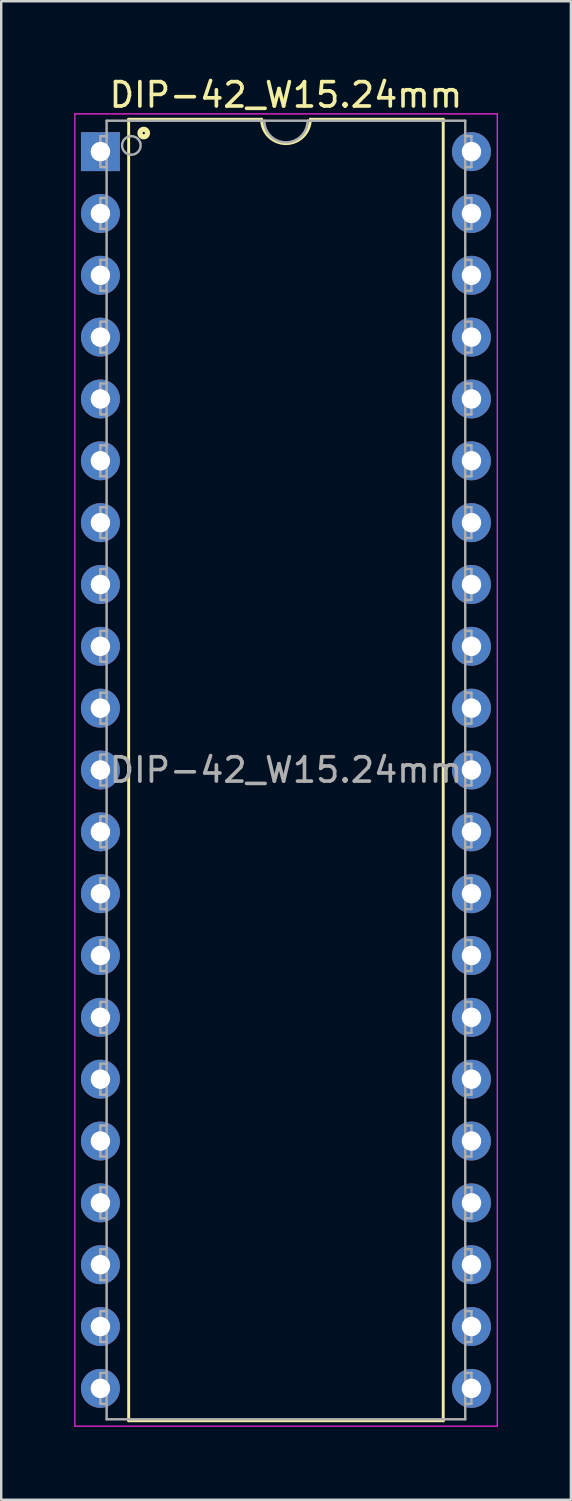
<source format=kicad_pcb>
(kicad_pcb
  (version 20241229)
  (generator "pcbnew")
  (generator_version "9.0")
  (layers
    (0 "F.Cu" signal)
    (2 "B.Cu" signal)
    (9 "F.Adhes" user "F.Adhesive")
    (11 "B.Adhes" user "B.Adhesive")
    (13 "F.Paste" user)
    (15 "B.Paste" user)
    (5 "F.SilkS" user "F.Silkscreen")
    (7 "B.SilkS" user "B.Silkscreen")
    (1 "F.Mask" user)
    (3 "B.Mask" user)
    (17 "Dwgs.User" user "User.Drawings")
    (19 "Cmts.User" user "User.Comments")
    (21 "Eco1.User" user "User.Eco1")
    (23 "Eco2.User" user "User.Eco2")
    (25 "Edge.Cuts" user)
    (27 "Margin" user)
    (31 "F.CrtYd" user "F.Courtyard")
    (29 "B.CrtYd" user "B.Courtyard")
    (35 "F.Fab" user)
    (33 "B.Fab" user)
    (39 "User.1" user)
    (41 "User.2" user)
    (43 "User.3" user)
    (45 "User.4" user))
  (footprint "DIP-42_W15.24mm"
    (layer "F.Cu")
    (at 1.075 3.178)
    (property "Reference" "DIP-42_W15.24mm" (at 7.62 -2.33 0) (layer "F.SilkS") (effects (font (size 1 1) (thickness 0.15))))
    (attr through_hole)
    (fp_line (start 1.16 -1.33) (end 1.16 52.13) (stroke (width 0.12) (type solid)) (layer "F.SilkS"))
    (fp_line (start 1.16 52.13) (end 14.08 52.13) (stroke (width 0.12) (type solid)) (layer "F.SilkS"))
    (fp_line (start 6.62 -1.33) (end 1.16 -1.33) (stroke (width 0.12) (type solid)) (layer "F.SilkS"))
    (fp_line (start 14.08 -1.33) (end 8.62 -1.33) (stroke (width 0.12) (type solid)) (layer "F.SilkS"))
    (fp_line (start 14.08 52.13) (end 14.08 -1.33) (stroke (width 0.12) (type solid)) (layer "F.SilkS"))
    (fp_arc (start 8.62 -1.33) (mid 7.62 -0.33) (end 6.62 -1.33) (stroke (width 0.12) (type solid)) (layer "F.SilkS"))
    (fp_circle (center 1.778 -0.762) (end 1.828 -0.762) (stroke (width 0.12) (type solid)) (fill no) (layer "F.SilkS"))
    (fp_circle (center 1.778 -0.762) (end 1.903 -0.762) (stroke (width 0.12) (type solid)) (fill no) (layer "F.SilkS"))
    (fp_circle (center 1.778 -0.762) (end 1.978 -0.762) (stroke (width 0.12) (type solid)) (fill no) (layer "F.SilkS"))
    (fp_line (start -1.05 -1.55) (end -1.05 52.35) (stroke (width 0.05) (type solid)) (layer "F.CrtYd"))
    (fp_line (start -1.05 52.35) (end 16.3 52.35) (stroke (width 0.05) (type solid)) (layer "F.CrtYd"))
    (fp_line (start 16.3 -1.55) (end -1.05 -1.55) (stroke (width 0.05) (type solid)) (layer "F.CrtYd"))
    (fp_line (start 16.3 52.35) (end 16.3 -1.55) (stroke (width 0.05) (type solid)) (layer "F.CrtYd"))
    (fp_line (start 0 -0.635) (end 0 0.635) (stroke (width 0.1) (type solid)) (layer "F.Fab"))
    (fp_line (start 0 -0.635) (end 0.254 -0.635) (stroke (width 0.1) (type solid)) (layer "F.Fab"))
    (fp_line (start 0 0.635) (end 0.254 0.635) (stroke (width 0.1) (type solid)) (layer "F.Fab"))
    (fp_line (start 0 1.905) (end 0 3.175) (stroke (width 0.1) (type solid)) (layer "F.Fab"))
    (fp_line (start 0 1.905) (end 0.254 1.905) (stroke (width 0.1) (type solid)) (layer "F.Fab"))
    (fp_line (start 0 3.175) (end 0.254 3.175) (stroke (width 0.1) (type solid)) (layer "F.Fab"))
    (fp_line (start 0 4.445) (end 0 5.715) (stroke (width 0.1) (type solid)) (layer "F.Fab"))
    (fp_line (start 0 4.445) (end 0.254 4.445) (stroke (width 0.1) (type solid)) (layer "F.Fab"))
    (fp_line (start 0 5.715) (end 0.254 5.715) (stroke (width 0.1) (type solid)) (layer "F.Fab"))
    (fp_line (start 0 6.985) (end 0 8.255) (stroke (width 0.1) (type solid)) (layer "F.Fab"))
    (fp_line (start 0 6.985) (end 0.254 6.985) (stroke (width 0.1) (type solid)) (layer "F.Fab"))
    (fp_line (start 0 8.255) (end 0.254 8.255) (stroke (width 0.1) (type solid)) (layer "F.Fab"))
    (fp_line (start 0 9.525) (end 0 10.795) (stroke (width 0.1) (type solid)) (layer "F.Fab"))
    (fp_line (start 0 9.525) (end 0.254 9.525) (stroke (width 0.1) (type solid)) (layer "F.Fab"))
    (fp_line (start 0 10.795) (end 0.254 10.795) (stroke (width 0.1) (type solid)) (layer "F.Fab"))
    (fp_line (start 0 12.065) (end 0 13.335) (stroke (width 0.1) (type solid)) (layer "F.Fab"))
    (fp_line (start 0 12.065) (end 0.254 12.065) (stroke (width 0.1) (type solid)) (layer "F.Fab"))
    (fp_line (start 0 13.335) (end 0.254 13.335) (stroke (width 0.1) (type solid)) (layer "F.Fab"))
    (fp_line (start 0 14.605) (end 0 15.875) (stroke (width 0.1) (type solid)) (layer "F.Fab"))
    (fp_line (start 0 14.605) (end 0.254 14.605) (stroke (width 0.1) (type solid)) (layer "F.Fab"))
    (fp_line (start 0 15.875) (end 0.254 15.875) (stroke (width 0.1) (type solid)) (layer "F.Fab"))
    (fp_line (start 0 17.145) (end 0 18.415) (stroke (width 0.1) (type solid)) (layer "F.Fab"))
    (fp_line (start 0 17.145) (end 0.254 17.145) (stroke (width 0.1) (type solid)) (layer "F.Fab"))
    (fp_line (start 0 18.415) (end 0.254 18.415) (stroke (width 0.1) (type solid)) (layer "F.Fab"))
    (fp_line (start 0 19.685) (end 0 20.955) (stroke (width 0.1) (type solid)) (layer "F.Fab"))
    (fp_line (start 0 19.685) (end 0.254 19.685) (stroke (width 0.1) (type solid)) (layer "F.Fab"))
    (fp_line (start 0 20.955) (end 0.254 20.955) (stroke (width 0.1) (type solid)) (layer "F.Fab"))
    (fp_line (start 0 22.225) (end 0 23.495) (stroke (width 0.1) (type solid)) (layer "F.Fab"))
    (fp_line (start 0 22.225) (end 0.254 22.225) (stroke (width 0.1) (type solid)) (layer "F.Fab"))
    (fp_line (start 0 23.495) (end 0.254 23.495) (stroke (width 0.1) (type solid)) (layer "F.Fab"))
    (fp_line (start 0 24.765) (end 0 26.035) (stroke (width 0.1) (type solid)) (layer "F.Fab"))
    (fp_line (start 0 24.765) (end 0.254 24.765) (stroke (width 0.1) (type solid)) (layer "F.Fab"))
    (fp_line (start 0 26.035) (end 0.254 26.035) (stroke (width 0.1) (type solid)) (layer "F.Fab"))
    (fp_line (start 0 27.305) (end 0 28.575) (stroke (width 0.1) (type solid)) (layer "F.Fab"))
    (fp_line (start 0 27.305) (end 0.254 27.305) (stroke (width 0.1) (type solid)) (layer "F.Fab"))
    (fp_line (start 0 28.575) (end 0.254 28.575) (stroke (width 0.1) (type solid)) (layer "F.Fab"))
    (fp_line (start 0 29.845) (end 0 31.115) (stroke (width 0.1) (type solid)) (layer "F.Fab"))
    (fp_line (start 0 29.845) (end 0.254 29.845) (stroke (width 0.1) (type solid)) (layer "F.Fab"))
    (fp_line (start 0 31.115) (end 0.254 31.115) (stroke (width 0.1) (type solid)) (layer "F.Fab"))
    (fp_line (start 0 32.385) (end 0 33.655) (stroke (width 0.1) (type solid)) (layer "F.Fab"))
    (fp_line (start 0 32.385) (end 0.254 32.385) (stroke (width 0.1) (type solid)) (layer "F.Fab"))
    (fp_line (start 0 33.655) (end 0.254 33.655) (stroke (width 0.1) (type solid)) (layer "F.Fab"))
    (fp_line (start 0 34.925) (end 0 36.195) (stroke (width 0.1) (type solid)) (layer "F.Fab"))
    (fp_line (start 0 34.925) (end 0.254 34.925) (stroke (width 0.1) (type solid)) (layer "F.Fab"))
    (fp_line (start 0 36.195) (end 0.254 36.195) (stroke (width 0.1) (type solid)) (layer "F.Fab"))
    (fp_line (start 0 37.465) (end 0 38.735) (stroke (width 0.1) (type solid)) (layer "F.Fab"))
    (fp_line (start 0 37.465) (end 0.254 37.465) (stroke (width 0.1) (type solid)) (layer "F.Fab"))
    (fp_line (start 0 38.735) (end 0.254 38.735) (stroke (width 0.1) (type solid)) (layer "F.Fab"))
    (fp_line (start 0 40.005) (end 0 41.275) (stroke (width 0.1) (type solid)) (layer "F.Fab"))
    (fp_line (start 0 40.005) (end 0.254 40.005) (stroke (width 0.1) (type solid)) (layer "F.Fab"))
    (fp_line (start 0 41.275) (end 0.254 41.275) (stroke (width 0.1) (type solid)) (layer "F.Fab"))
    (fp_line (start 0 42.545) (end 0 43.815) (stroke (width 0.1) (type solid)) (layer "F.Fab"))
    (fp_line (start 0 42.545) (end 0.254 42.545) (stroke (width 0.1) (type solid)) (layer "F.Fab"))
    (fp_line (start 0 43.815) (end 0.254 43.815) (stroke (width 0.1) (type solid)) (layer "F.Fab"))
    (fp_line (start 0 45.085) (end 0 46.355) (stroke (width 0.1) (type solid)) (layer "F.Fab"))
    (fp_line (start 0 45.085) (end 0.254 45.085) (stroke (width 0.1) (type solid)) (layer "F.Fab"))
    (fp_line (start 0 46.355) (end 0.254 46.355) (stroke (width 0.1) (type solid)) (layer "F.Fab"))
    (fp_line (start 0 47.625) (end 0 48.895) (stroke (width 0.1) (type solid)) (layer "F.Fab"))
    (fp_line (start 0 47.625) (end 0.254 47.625) (stroke (width 0.1) (type solid)) (layer "F.Fab"))
    (fp_line (start 0 48.895) (end 0.254 48.895) (stroke (width 0.1) (type solid)) (layer "F.Fab"))
    (fp_line (start 0 50.165) (end 0 51.435) (stroke (width 0.1) (type solid)) (layer "F.Fab"))
    (fp_line (start 0 50.165) (end 0.254 50.165) (stroke (width 0.1) (type solid)) (layer "F.Fab"))
    (fp_line (start 0 51.435) (end 0.254 51.435) (stroke (width 0.1) (type solid)) (layer "F.Fab"))
    (fp_line (start 0.254 -1.27) (end 14.985 -1.27) (stroke (width 0.1) (type solid)) (layer "F.Fab"))
    (fp_line (start 0.255 52.07) (end 0.254 -1.27) (stroke (width 0.1) (type solid)) (layer "F.Fab"))
    (fp_line (start 14.985 -1.27) (end 14.985 52.07) (stroke (width 0.1) (type solid)) (layer "F.Fab"))
    (fp_line (start 14.985 52.07) (end 0.255 52.07) (stroke (width 0.1) (type solid)) (layer "F.Fab"))
    (fp_line (start 15.24 -0.635) (end 14.986 -0.635) (stroke (width 0.1) (type solid)) (layer "F.Fab"))
    (fp_line (start 15.24 0.635) (end 14.986 0.635) (stroke (width 0.1) (type solid)) (layer "F.Fab"))
    (fp_line (start 15.24 0.635) (end 15.24 -0.635) (stroke (width 0.1) (type solid)) (layer "F.Fab"))
    (fp_line (start 15.24 1.905) (end 14.986 1.905) (stroke (width 0.1) (type solid)) (layer "F.Fab"))
    (fp_line (start 15.24 3.175) (end 14.986 3.175) (stroke (width 0.1) (type solid)) (layer "F.Fab"))
    (fp_line (start 15.24 3.175) (end 15.24 1.905) (stroke (width 0.1) (type solid)) (layer "F.Fab"))
    (fp_line (start 15.24 4.445) (end 14.986 4.445) (stroke (width 0.1) (type solid)) (layer "F.Fab"))
    (fp_line (start 15.24 5.715) (end 14.986 5.715) (stroke (width 0.1) (type solid)) (layer "F.Fab"))
    (fp_line (start 15.24 5.715) (end 15.24 4.445) (stroke (width 0.1) (type solid)) (layer "F.Fab"))
    (fp_line (start 15.24 6.985) (end 14.986 6.985) (stroke (width 0.1) (type solid)) (layer "F.Fab"))
    (fp_line (start 15.24 8.255) (end 14.986 8.255) (stroke (width 0.1) (type solid)) (layer "F.Fab"))
    (fp_line (start 15.24 8.255) (end 15.24 6.985) (stroke (width 0.1) (type solid)) (layer "F.Fab"))
    (fp_line (start 15.24 9.525) (end 14.986 9.525) (stroke (width 0.1) (type solid)) (layer "F.Fab"))
    (fp_line (start 15.24 10.795) (end 14.986 10.795) (stroke (width 0.1) (type solid)) (layer "F.Fab"))
    (fp_line (start 15.24 10.795) (end 15.24 9.525) (stroke (width 0.1) (type solid)) (layer "F.Fab"))
    (fp_line (start 15.24 12.065) (end 14.986 12.065) (stroke (width 0.1) (type solid)) (layer "F.Fab"))
    (fp_line (start 15.24 13.335) (end 14.986 13.335) (stroke (width 0.1) (type solid)) (layer "F.Fab"))
    (fp_line (start 15.24 13.335) (end 15.24 12.065) (stroke (width 0.1) (type solid)) (layer "F.Fab"))
    (fp_line (start 15.24 14.605) (end 14.986 14.605) (stroke (width 0.1) (type solid)) (layer "F.Fab"))
    (fp_line (start 15.24 15.875) (end 14.986 15.875) (stroke (width 0.1) (type solid)) (layer "F.Fab"))
    (fp_line (start 15.24 15.875) (end 15.24 14.605) (stroke (width 0.1) (type solid)) (layer "F.Fab"))
    (fp_line (start 15.24 17.145) (end 14.986 17.145) (stroke (width 0.1) (type solid)) (layer "F.Fab"))
    (fp_line (start 15.24 18.415) (end 14.986 18.415) (stroke (width 0.1) (type solid)) (layer "F.Fab"))
    (fp_line (start 15.24 18.415) (end 15.24 17.145) (stroke (width 0.1) (type solid)) (layer "F.Fab"))
    (fp_line (start 15.24 19.685) (end 14.986 19.685) (stroke (width 0.1) (type solid)) (layer "F.Fab"))
    (fp_line (start 15.24 20.955) (end 14.986 20.955) (stroke (width 0.1) (type solid)) (layer "F.Fab"))
    (fp_line (start 15.24 20.955) (end 15.24 19.685) (stroke (width 0.1) (type solid)) (layer "F.Fab"))
    (fp_line (start 15.24 22.225) (end 14.986 22.225) (stroke (width 0.1) (type solid)) (layer "F.Fab"))
    (fp_line (start 15.24 23.495) (end 14.986 23.495) (stroke (width 0.1) (type solid)) (layer "F.Fab"))
    (fp_line (start 15.24 23.495) (end 15.24 22.225) (stroke (width 0.1) (type solid)) (layer "F.Fab"))
    (fp_line (start 15.24 24.765) (end 14.986 24.765) (stroke (width 0.1) (type solid)) (layer "F.Fab"))
    (fp_line (start 15.24 26.035) (end 14.986 26.035) (stroke (width 0.1) (type solid)) (layer "F.Fab"))
    (fp_line (start 15.24 26.035) (end 15.24 24.765) (stroke (width 0.1) (type solid)) (layer "F.Fab"))
    (fp_line (start 15.24 27.305) (end 14.986 27.305) (stroke (width 0.1) (type solid)) (layer "F.Fab"))
    (fp_line (start 15.24 28.575) (end 14.986 28.575) (stroke (width 0.1) (type solid)) (layer "F.Fab"))
    (fp_line (start 15.24 28.575) (end 15.24 27.305) (stroke (width 0.1) (type solid)) (layer "F.Fab"))
    (fp_line (start 15.24 29.845) (end 14.986 29.845) (stroke (width 0.1) (type solid)) (layer "F.Fab"))
    (fp_line (start 15.24 31.115) (end 14.986 31.115) (stroke (width 0.1) (type solid)) (layer "F.Fab"))
    (fp_line (start 15.24 31.115) (end 15.24 29.845) (stroke (width 0.1) (type solid)) (layer "F.Fab"))
    (fp_line (start 15.24 32.385) (end 14.986 32.385) (stroke (width 0.1) (type solid)) (layer "F.Fab"))
    (fp_line (start 15.24 33.655) (end 14.986 33.655) (stroke (width 0.1) (type solid)) (layer "F.Fab"))
    (fp_line (start 15.24 33.655) (end 15.24 32.385) (stroke (width 0.1) (type solid)) (layer "F.Fab"))
    (fp_line (start 15.24 34.925) (end 14.986 34.925) (stroke (width 0.1) (type solid)) (layer "F.Fab"))
    (fp_line (start 15.24 36.195) (end 14.986 36.195) (stroke (width 0.1) (type solid)) (layer "F.Fab"))
    (fp_line (start 15.24 36.195) (end 15.24 34.925) (stroke (width 0.1) (type solid)) (layer "F.Fab"))
    (fp_line (start 15.24 37.465) (end 14.986 37.465) (stroke (width 0.1) (type solid)) (layer "F.Fab"))
    (fp_line (start 15.24 38.735) (end 14.986 38.735) (stroke (width 0.1) (type solid)) (layer "F.Fab"))
    (fp_line (start 15.24 38.735) (end 15.24 37.465) (stroke (width 0.1) (type solid)) (layer "F.Fab"))
    (fp_line (start 15.24 40.005) (end 14.986 40.005) (stroke (width 0.1) (type solid)) (layer "F.Fab"))
    (fp_line (start 15.24 41.275) (end 14.986 41.275) (stroke (width 0.1) (type solid)) (layer "F.Fab"))
    (fp_line (start 15.24 41.275) (end 15.24 40.005) (stroke (width 0.1) (type solid)) (layer "F.Fab"))
    (fp_line (start 15.24 42.545) (end 14.986 42.545) (stroke (width 0.1) (type solid)) (layer "F.Fab"))
    (fp_line (start 15.24 43.815) (end 14.986 43.815) (stroke (width 0.1) (type solid)) (layer "F.Fab"))
    (fp_line (start 15.24 43.815) (end 15.24 42.545) (stroke (width 0.1) (type solid)) (layer "F.Fab"))
    (fp_line (start 15.24 45.085) (end 14.986 45.085) (stroke (width 0.1) (type solid)) (layer "F.Fab"))
    (fp_line (start 15.24 46.355) (end 14.986 46.355) (stroke (width 0.1) (type solid)) (layer "F.Fab"))
    (fp_line (start 15.24 46.355) (end 15.24 45.085) (stroke (width 0.1) (type solid)) (layer "F.Fab"))
    (fp_line (start 15.24 47.625) (end 14.986 47.625) (stroke (width 0.1) (type solid)) (layer "F.Fab"))
    (fp_line (start 15.24 48.895) (end 14.986 48.895) (stroke (width 0.1) (type solid)) (layer "F.Fab"))
    (fp_line (start 15.24 48.895) (end 15.24 47.625) (stroke (width 0.1) (type solid)) (layer "F.Fab"))
    (fp_line (start 15.24 50.165) (end 14.986 50.165) (stroke (width 0.1) (type solid)) (layer "F.Fab"))
    (fp_line (start 15.24 51.435) (end 14.986 51.435) (stroke (width 0.1) (type solid)) (layer "F.Fab"))
    (fp_line (start 15.24 51.435) (end 15.24 50.165) (stroke (width 0.1) (type solid)) (layer "F.Fab"))
    (fp_arc (start 8.509 -1.27) (mid 7.62 -0.381) (end 6.731 -1.27) (stroke (width 0.1) (type solid)) (layer "F.Fab"))
    (fp_circle (center 1.27 -0.254) (end 1.651 -0.254) (stroke (width 0.1) (type solid)) (fill no) (layer "F.Fab"))
    (fp_text user "${REFERENCE}" (at 7.62 25.4 0) (layer "F.Fab") (effects (font (size 1 1) (thickness 0.15))))
    (pad "1" thru_hole rect (at 0 0) (size 1.6 1.6) (drill 0.8) (layers "*.Cu" "*.Mask"))
    (pad "2" thru_hole oval (at 0 2.54) (size 1.6 1.6) (drill 0.8) (layers "*.Cu" "*.Mask"))
    (pad "3" thru_hole oval (at 0 5.08) (size 1.6 1.6) (drill 0.8) (layers "*.Cu" "*.Mask"))
    (pad "4" thru_hole oval (at 0 7.62) (size 1.6 1.6) (drill 0.8) (layers "*.Cu" "*.Mask"))
    (pad "5" thru_hole oval (at 0 10.16) (size 1.6 1.6) (drill 0.8) (layers "*.Cu" "*.Mask"))
    (pad "6" thru_hole oval (at 0 12.7) (size 1.6 1.6) (drill 0.8) (layers "*.Cu" "*.Mask"))
    (pad "7" thru_hole oval (at 0 15.24) (size 1.6 1.6) (drill 0.8) (layers "*.Cu" "*.Mask"))
    (pad "8" thru_hole oval (at 0 17.78) (size 1.6 1.6) (drill 0.8) (layers "*.Cu" "*.Mask"))
    (pad "9" thru_hole oval (at 0 20.32) (size 1.6 1.6) (drill 0.8) (layers "*.Cu" "*.Mask"))
    (pad "10" thru_hole oval (at 0 22.86) (size 1.6 1.6) (drill 0.8) (layers "*.Cu" "*.Mask"))
    (pad "11" thru_hole oval (at 0 25.4) (size 1.6 1.6) (drill 0.8) (layers "*.Cu" "*.Mask"))
    (pad "12" thru_hole oval (at 0 27.94) (size 1.6 1.6) (drill 0.8) (layers "*.Cu" "*.Mask"))
    (pad "13" thru_hole oval (at 0 30.48) (size 1.6 1.6) (drill 0.8) (layers "*.Cu" "*.Mask"))
    (pad "14" thru_hole oval (at 0 33.02) (size 1.6 1.6) (drill 0.8) (layers "*.Cu" "*.Mask"))
    (pad "15" thru_hole oval (at 0 35.56) (size 1.6 1.6) (drill 0.8) (layers "*.Cu" "*.Mask"))
    (pad "16" thru_hole oval (at 0 38.1) (size 1.6 1.6) (drill 0.8) (layers "*.Cu" "*.Mask"))
    (pad "17" thru_hole oval (at 0 40.64) (size 1.6 1.6) (drill 0.8) (layers "*.Cu" "*.Mask"))
    (pad "18" thru_hole oval (at 0 43.18) (size 1.6 1.6) (drill 0.8) (layers "*.Cu" "*.Mask"))
    (pad "19" thru_hole oval (at 0 45.72) (size 1.6 1.6) (drill 0.8) (layers "*.Cu" "*.Mask"))
    (pad "20" thru_hole oval (at 0 48.26) (size 1.6 1.6) (drill 0.8) (layers "*.Cu" "*.Mask"))
    (pad "21" thru_hole oval (at 0 50.8) (size 1.6 1.6) (drill 0.8) (layers "*.Cu" "*.Mask"))
    (pad "22" thru_hole oval (at 15.24 50.8) (size 1.6 1.6) (drill 0.8) (layers "*.Cu" "*.Mask"))
    (pad "23" thru_hole oval (at 15.24 48.26) (size 1.6 1.6) (drill 0.8) (layers "*.Cu" "*.Mask"))
    (pad "24" thru_hole oval (at 15.24 45.72) (size 1.6 1.6) (drill 0.8) (layers "*.Cu" "*.Mask"))
    (pad "25" thru_hole oval (at 15.24 43.18) (size 1.6 1.6) (drill 0.8) (layers "*.Cu" "*.Mask"))
    (pad "26" thru_hole oval (at 15.24 40.64) (size 1.6 1.6) (drill 0.8) (layers "*.Cu" "*.Mask"))
    (pad "27" thru_hole oval (at 15.24 38.1) (size 1.6 1.6) (drill 0.8) (layers "*.Cu" "*.Mask"))
    (pad "28" thru_hole oval (at 15.24 35.56) (size 1.6 1.6) (drill 0.8) (layers "*.Cu" "*.Mask"))
    (pad "29" thru_hole oval (at 15.24 33.02) (size 1.6 1.6) (drill 0.8) (layers "*.Cu" "*.Mask"))
    (pad "30" thru_hole oval (at 15.24 30.48) (size 1.6 1.6) (drill 0.8) (layers "*.Cu" "*.Mask"))
    (pad "31" thru_hole oval (at 15.24 27.94) (size 1.6 1.6) (drill 0.8) (layers "*.Cu" "*.Mask"))
    (pad "32" thru_hole oval (at 15.24 25.4) (size 1.6 1.6) (drill 0.8) (layers "*.Cu" "*.Mask"))
    (pad "33" thru_hole oval (at 15.24 22.86) (size 1.6 1.6) (drill 0.8) (layers "*.Cu" "*.Mask"))
    (pad "34" thru_hole oval (at 15.24 20.32) (size 1.6 1.6) (drill 0.8) (layers "*.Cu" "*.Mask"))
    (pad "35" thru_hole oval (at 15.24 17.78) (size 1.6 1.6) (drill 0.8) (layers "*.Cu" "*.Mask"))
    (pad "36" thru_hole oval (at 15.24 15.24) (size 1.6 1.6) (drill 0.8) (layers "*.Cu" "*.Mask"))
    (pad "37" thru_hole oval (at 15.24 12.7) (size 1.6 1.6) (drill 0.8) (layers "*.Cu" "*.Mask"))
    (pad "38" thru_hole oval (at 15.24 10.16) (size 1.6 1.6) (drill 0.8) (layers "*.Cu" "*.Mask"))
    (pad "39" thru_hole oval (at 15.24 7.62) (size 1.6 1.6) (drill 0.8) (layers "*.Cu" "*.Mask"))
    (pad "40" thru_hole oval (at 15.24 5.08) (size 1.6 1.6) (drill 0.8) (layers "*.Cu" "*.Mask"))
    (pad "41" thru_hole oval (at 15.24 2.54) (size 1.6 1.6) (drill 0.8) (layers "*.Cu" "*.Mask"))
    (pad "42" thru_hole oval (at 15.24 0) (size 1.6 1.6) (drill 0.8) (layers "*.Cu" "*.Mask")))
  (gr_rect
    (start -3 -3)
    (end 20.4 58.553)
    (stroke (width 0.1) (type default))
    (fill no)
    (layer "Edge.Cuts")))
</source>
